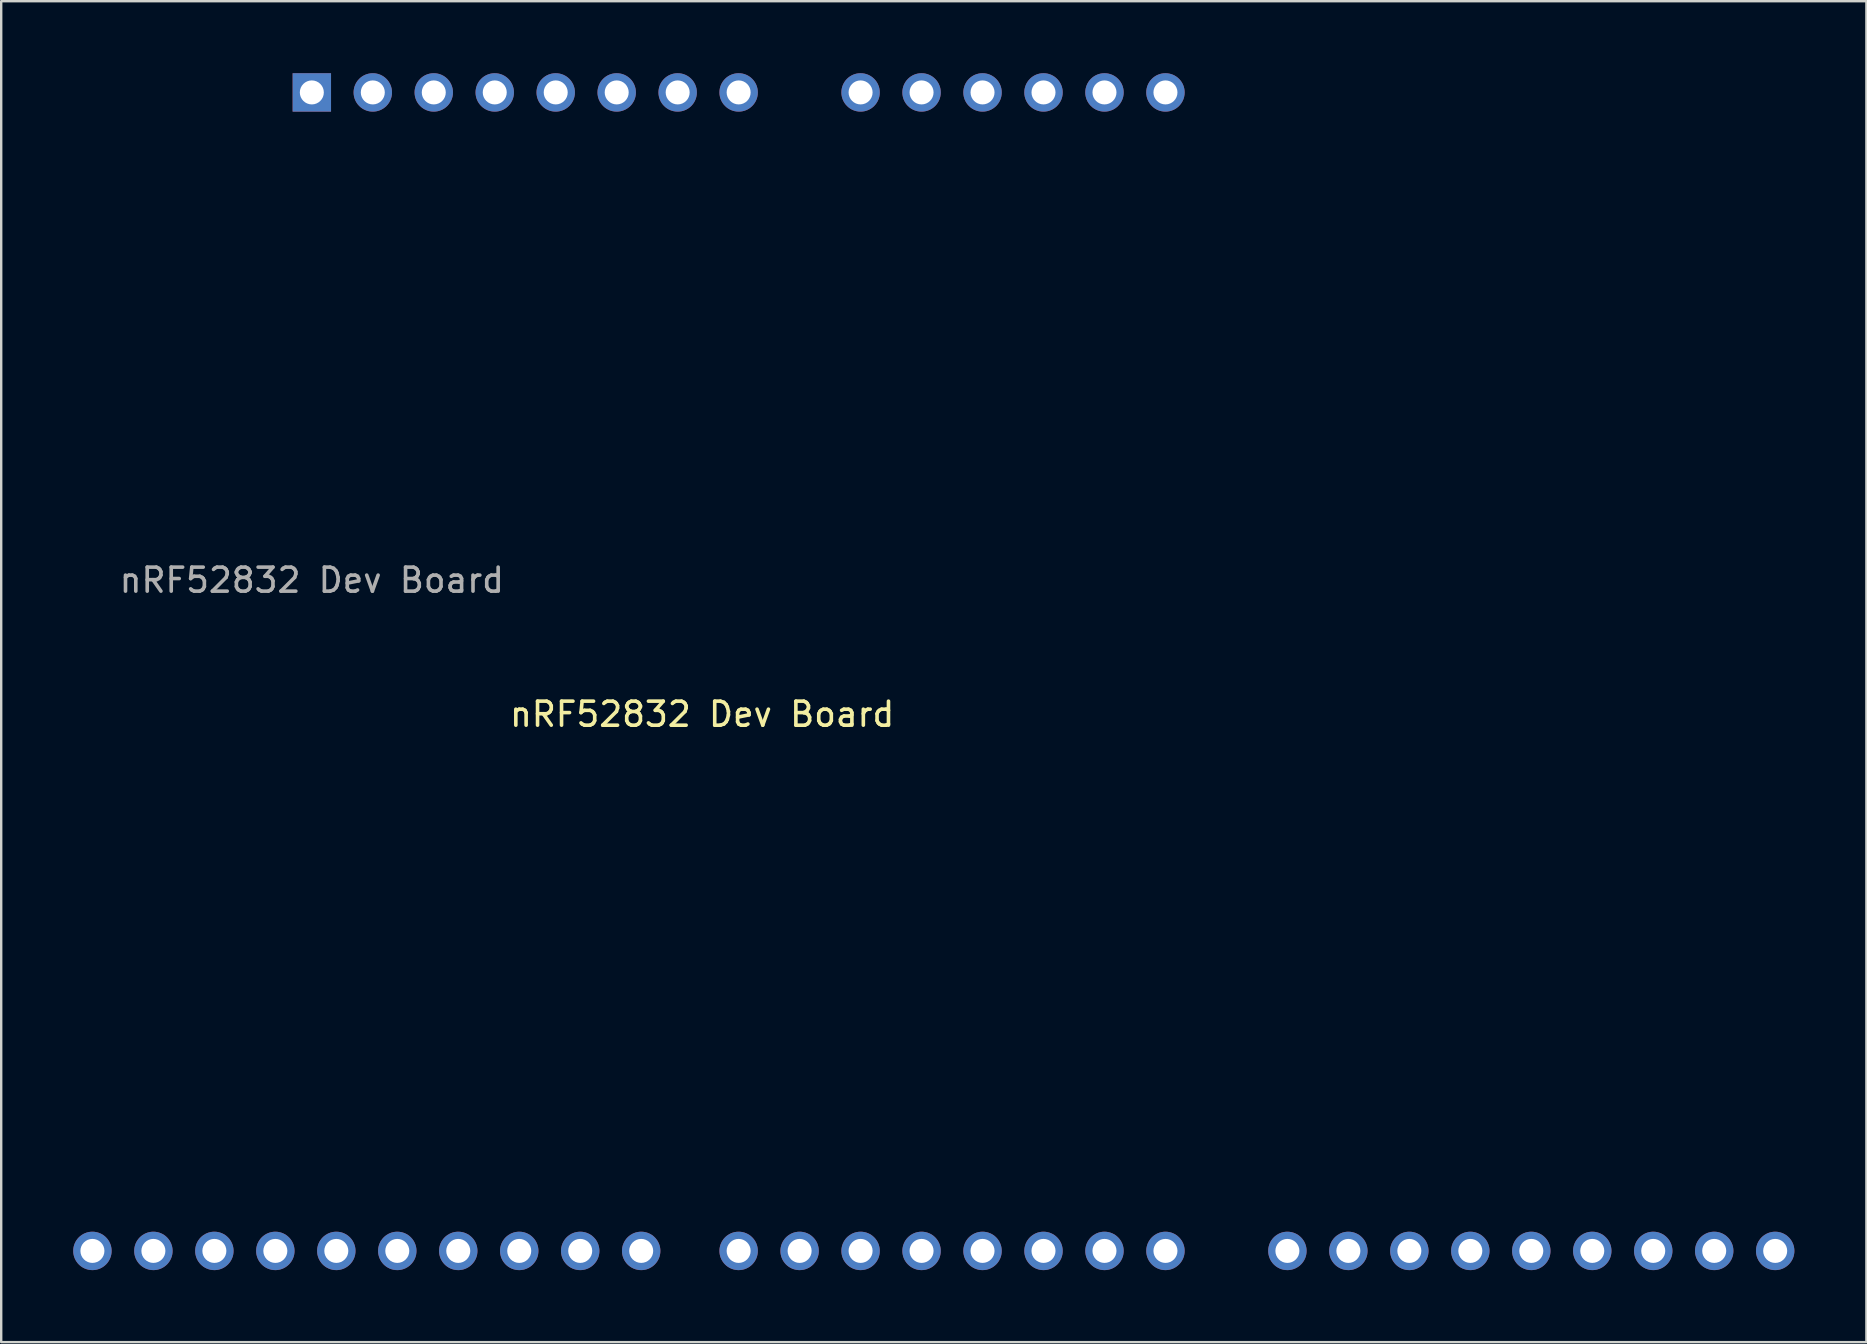
<source format=kicad_pcb>
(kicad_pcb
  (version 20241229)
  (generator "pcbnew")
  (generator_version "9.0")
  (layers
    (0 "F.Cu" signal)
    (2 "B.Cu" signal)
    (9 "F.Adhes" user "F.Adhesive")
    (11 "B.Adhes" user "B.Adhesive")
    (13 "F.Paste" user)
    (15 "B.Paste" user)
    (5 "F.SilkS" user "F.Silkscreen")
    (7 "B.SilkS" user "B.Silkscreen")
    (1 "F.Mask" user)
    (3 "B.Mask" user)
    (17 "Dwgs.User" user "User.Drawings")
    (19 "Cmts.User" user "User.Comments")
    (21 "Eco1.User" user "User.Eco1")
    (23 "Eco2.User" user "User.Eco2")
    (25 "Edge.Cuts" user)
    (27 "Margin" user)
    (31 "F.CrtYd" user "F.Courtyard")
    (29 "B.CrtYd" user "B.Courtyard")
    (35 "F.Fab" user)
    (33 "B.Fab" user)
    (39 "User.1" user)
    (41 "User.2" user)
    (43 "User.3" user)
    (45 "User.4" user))
  (footprint "nRF52832 Dev Board"
    (layer "F.Cu")
    (at 25.18 23.66)
    (property "Reference" "nRF52832 Dev Board" (at 1.02 3.044 180) (layer "F.SilkS") (effects (font (size 1 1) (thickness 0.15))))
    (attr through_hole)
    (fp_text user "${REFERENCE}" (at -15.24 -2.54 180) (layer "F.Fab") (effects (font (size 1 1) (thickness 0.15))))
    (pad "1" thru_hole rect (at -15.24 -22.86 90) (size 1.6 1.6) (drill 1) (layers "*.Cu" "*.Mask"))
    (pad "2" thru_hole oval (at -12.7 -22.86 90) (size 1.6 1.6) (drill 1) (layers "*.Cu" "*.Mask"))
    (pad "3" thru_hole oval (at -10.16 -22.86 90) (size 1.6 1.6) (drill 1) (layers "*.Cu" "*.Mask"))
    (pad "4" thru_hole oval (at -7.62 -22.86 90) (size 1.6 1.6) (drill 1) (layers "*.Cu" "*.Mask"))
    (pad "5" thru_hole oval (at -5.08 -22.86 90) (size 1.6 1.6) (drill 1) (layers "*.Cu" "*.Mask"))
    (pad "6" thru_hole oval (at -2.54 -22.86 90) (size 1.6 1.6) (drill 1) (layers "*.Cu" "*.Mask"))
    (pad "7" thru_hole oval (at 0 -22.86 90) (size 1.6 1.6) (drill 1) (layers "*.Cu" "*.Mask"))
    (pad "8" thru_hole oval (at 2.54 -22.86 90) (size 1.6 1.6) (drill 1) (layers "*.Cu" "*.Mask"))
    (pad "9" thru_hole oval (at 7.62 -22.86 90) (size 1.6 1.6) (drill 1) (layers "*.Cu" "*.Mask"))
    (pad "10" thru_hole oval (at 10.16 -22.86 90) (size 1.6 1.6) (drill 1) (layers "*.Cu" "*.Mask"))
    (pad "11" thru_hole oval (at 12.7 -22.86 90) (size 1.6 1.6) (drill 1) (layers "*.Cu" "*.Mask"))
    (pad "12" thru_hole oval (at 15.24 -22.86 90) (size 1.6 1.6) (drill 1) (layers "*.Cu" "*.Mask"))
    (pad "13" thru_hole oval (at 17.78 -22.86 90) (size 1.6 1.6) (drill 1) (layers "*.Cu" "*.Mask"))
    (pad "14" thru_hole oval (at 20.32 -22.86 90) (size 1.6 1.6) (drill 1) (layers "*.Cu" "*.Mask"))
    (pad "15" thru_hole oval (at -24.38 25.4 90) (size 1.6 1.6) (drill 1) (layers "*.Cu" "*.Mask"))
    (pad "16" thru_hole oval (at -21.84 25.4 90) (size 1.6 1.6) (drill 1) (layers "*.Cu" "*.Mask"))
    (pad "17" thru_hole oval (at -19.3 25.4 90) (size 1.6 1.6) (drill 1) (layers "*.Cu" "*.Mask"))
    (pad "18" thru_hole oval (at -16.76 25.4 180) (size 1.6 1.6) (drill 1) (layers "*.Cu" "*.Mask"))
    (pad "19" thru_hole oval (at -14.22 25.4 180) (size 1.6 1.6) (drill 1) (layers "*.Cu" "*.Mask"))
    (pad "20" thru_hole oval (at -11.68 25.4 90) (size 1.6 1.6) (drill 1) (layers "*.Cu" "*.Mask"))
    (pad "21" thru_hole oval (at -9.14 25.4 90) (size 1.6 1.6) (drill 1) (layers "*.Cu" "*.Mask"))
    (pad "22" thru_hole oval (at -6.6 25.4 90) (size 1.6 1.6) (drill 1) (layers "*.Cu" "*.Mask"))
    (pad "23" thru_hole oval (at -4.06 25.4 90) (size 1.6 1.6) (drill 1) (layers "*.Cu" "*.Mask"))
    (pad "24" thru_hole oval (at -1.52 25.4 90) (size 1.6 1.6) (drill 1) (layers "*.Cu" "*.Mask"))
    (pad "25" thru_hole oval (at 2.54 25.4 90) (size 1.6 1.6) (drill 1) (layers "*.Cu" "*.Mask"))
    (pad "26" thru_hole oval (at 5.08 25.4 90) (size 1.6 1.6) (drill 1) (layers "*.Cu" "*.Mask"))
    (pad "27" thru_hole oval (at 7.62 25.4 90) (size 1.6 1.6) (drill 1) (layers "*.Cu" "*.Mask"))
    (pad "28" thru_hole oval (at 10.16 25.4 90) (size 1.6 1.6) (drill 1) (layers "*.Cu" "*.Mask"))
    (pad "29" thru_hole oval (at 12.7 25.4 90) (size 1.6 1.6) (drill 1) (layers "*.Cu" "*.Mask"))
    (pad "30" thru_hole oval (at 15.24 25.4 90) (size 1.6 1.6) (drill 1) (layers "*.Cu" "*.Mask"))
    (pad "31" thru_hole oval (at 17.78 25.4 90) (size 1.6 1.6) (drill 1) (layers "*.Cu" "*.Mask"))
    (pad "32" thru_hole oval (at 20.32 25.4 90) (size 1.6 1.6) (drill 1) (layers "*.Cu" "*.Mask"))
    (pad "33" thru_hole oval (at 25.4 25.4 90) (size 1.6 1.6) (drill 1) (layers "*.Cu" "*.Mask"))
    (pad "34" thru_hole oval (at 27.94 25.4 90) (size 1.6 1.6) (drill 1) (layers "*.Cu" "*.Mask"))
    (pad "35" thru_hole oval (at 30.48 25.4 90) (size 1.6 1.6) (drill 1) (layers "*.Cu" "*.Mask"))
    (pad "36" thru_hole oval (at 33.02 25.4 90) (size 1.6 1.6) (drill 1) (layers "*.Cu" "*.Mask"))
    (pad "37" thru_hole oval (at 35.56 25.4 90) (size 1.6 1.6) (drill 1) (layers "*.Cu" "*.Mask"))
    (pad "38" thru_hole oval (at 38.1 25.4 90) (size 1.6 1.6) (drill 1) (layers "*.Cu" "*.Mask"))
    (pad "39" thru_hole oval (at 40.64 25.4 90) (size 1.6 1.6) (drill 1) (layers "*.Cu" "*.Mask"))
    (pad "40" thru_hole oval (at 43.18 25.4 90) (size 1.6 1.6) (drill 1) (layers "*.Cu" "*.Mask"))
    (pad "41" thru_hole oval (at 45.72 25.4 90) (size 1.6 1.6) (drill 1) (layers "*.Cu" "*.Mask")))
  (gr_rect
    (start -3 -3)
    (end 74.7 52.86)
    (stroke (width 0.1) (type default))
    (fill no)
    (layer "Edge.Cuts")))
</source>
